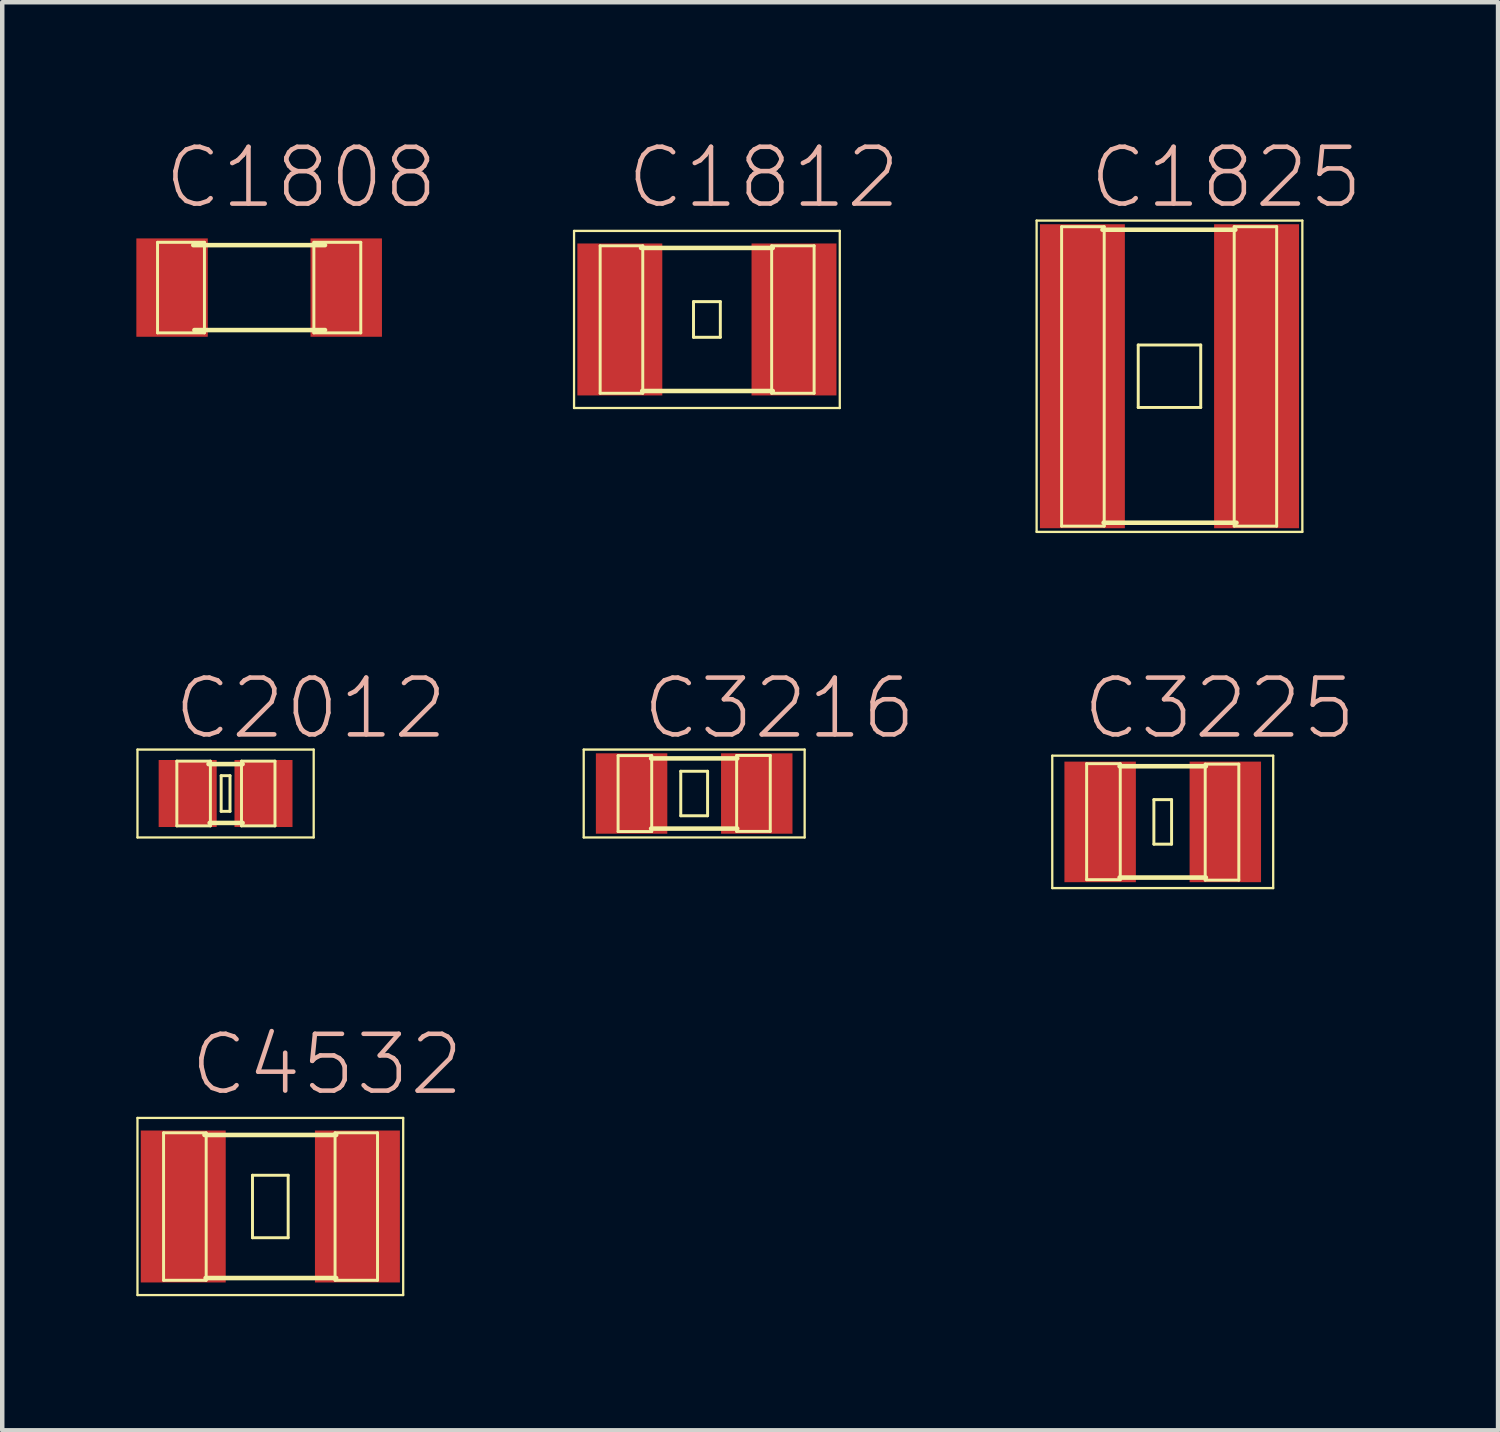
<source format=kicad_pcb>
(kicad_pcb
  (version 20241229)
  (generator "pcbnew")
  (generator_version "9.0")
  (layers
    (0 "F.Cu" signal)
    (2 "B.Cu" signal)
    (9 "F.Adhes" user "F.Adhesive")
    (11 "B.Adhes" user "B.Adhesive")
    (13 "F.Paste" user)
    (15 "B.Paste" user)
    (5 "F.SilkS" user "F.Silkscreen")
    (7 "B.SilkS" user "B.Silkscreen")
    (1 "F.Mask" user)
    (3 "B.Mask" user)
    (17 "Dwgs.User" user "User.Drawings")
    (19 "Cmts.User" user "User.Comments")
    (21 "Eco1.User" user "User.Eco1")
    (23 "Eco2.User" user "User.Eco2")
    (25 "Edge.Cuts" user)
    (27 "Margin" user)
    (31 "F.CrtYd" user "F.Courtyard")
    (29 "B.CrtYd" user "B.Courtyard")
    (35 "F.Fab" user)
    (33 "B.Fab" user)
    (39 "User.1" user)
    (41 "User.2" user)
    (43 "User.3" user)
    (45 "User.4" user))
  (footprint "C2012"
    (layer "F.Cu")
    (at 1.996 14.7)
    (property "Reference" "C2012" (at 1.905 -1.905 0) (layer "B.SilkS") (effects (font (size 1.27 1.27) (thickness 0.102))))
    (attr smd)
    (fp_line (start -1.971 -0.983) (end 1.971 -0.983) (stroke (width 0.051) (type solid)) (layer "F.SilkS"))
    (fp_line (start -1.971 0.983) (end -1.971 -0.983) (stroke (width 0.051) (type solid)) (layer "F.SilkS"))
    (fp_line (start -1.09 -0.724) (end -0.34 -0.724) (stroke (width 0.066) (type solid)) (layer "F.SilkS"))
    (fp_line (start -1.09 0.724) (end -1.09 -0.724) (stroke (width 0.066) (type solid)) (layer "F.SilkS"))
    (fp_line (start -1.09 0.724) (end -0.34 0.724) (stroke (width 0.066) (type solid)) (layer "F.SilkS"))
    (fp_line (start -0.381 -0.658) (end 0.381 -0.658) (stroke (width 0.102) (type solid)) (layer "F.SilkS"))
    (fp_line (start -0.356 0.658) (end 0.381 0.658) (stroke (width 0.102) (type solid)) (layer "F.SilkS"))
    (fp_line (start -0.34 0.724) (end -0.34 -0.724) (stroke (width 0.066) (type solid)) (layer "F.SilkS"))
    (fp_line (start -0.099 -0.399) (end 0.099 -0.399) (stroke (width 0.066) (type solid)) (layer "F.SilkS"))
    (fp_line (start -0.099 0.399) (end -0.099 -0.399) (stroke (width 0.066) (type solid)) (layer "F.SilkS"))
    (fp_line (start -0.099 0.399) (end 0.099 0.399) (stroke (width 0.066) (type solid)) (layer "F.SilkS"))
    (fp_line (start 0.099 0.399) (end 0.099 -0.399) (stroke (width 0.066) (type solid)) (layer "F.SilkS"))
    (fp_line (start 0.356 -0.724) (end 1.105 -0.724) (stroke (width 0.066) (type solid)) (layer "F.SilkS"))
    (fp_line (start 0.356 0.724) (end 0.356 -0.724) (stroke (width 0.066) (type solid)) (layer "F.SilkS"))
    (fp_line (start 0.356 0.724) (end 1.105 0.724) (stroke (width 0.066) (type solid)) (layer "F.SilkS"))
    (fp_line (start 1.105 0.724) (end 1.105 -0.724) (stroke (width 0.066) (type solid)) (layer "F.SilkS"))
    (fp_line (start 1.971 -0.983) (end 1.971 0.983) (stroke (width 0.051) (type solid)) (layer "F.SilkS"))
    (fp_line (start 1.971 0.983) (end -1.971 0.983) (stroke (width 0.051) (type solid)) (layer "F.SilkS"))
    (pad "1" smd rect (at -0.848 0) (size 1.298 1.499) (layers "F.Cu" "F.Mask" "F.Paste"))
    (pad "2" smd rect (at 0.848 0) (size 1.298 1.499) (layers "F.Cu" "F.Mask" "F.Paste")))
  (footprint "C3225"
    (layer "F.Cu")
    (at 22.959 15.335)
    (property "Reference" "C3225" (at 1.27 -2.54 0) (layer "B.SilkS") (effects (font (size 1.27 1.27) (thickness 0.102))))
    (attr smd)
    (fp_line (start -2.471 -1.481) (end 2.471 -1.481) (stroke (width 0.051) (type solid)) (layer "F.SilkS"))
    (fp_line (start -2.471 1.481) (end -2.471 -1.481) (stroke (width 0.051) (type solid)) (layer "F.SilkS"))
    (fp_line (start -1.702 -1.303) (end -0.95 -1.303) (stroke (width 0.066) (type solid)) (layer "F.SilkS"))
    (fp_line (start -1.702 1.293) (end -1.702 -1.303) (stroke (width 0.066) (type solid)) (layer "F.SilkS"))
    (fp_line (start -1.702 1.293) (end -0.95 1.293) (stroke (width 0.066) (type solid)) (layer "F.SilkS"))
    (fp_line (start -0.965 -1.245) (end 0.965 -1.245) (stroke (width 0.102) (type solid)) (layer "F.SilkS"))
    (fp_line (start -0.965 1.245) (end 0.965 1.245) (stroke (width 0.102) (type solid)) (layer "F.SilkS"))
    (fp_line (start -0.95 1.293) (end -0.95 -1.303) (stroke (width 0.066) (type solid)) (layer "F.SilkS"))
    (fp_line (start -0.198 -0.498) (end 0.198 -0.498) (stroke (width 0.066) (type solid)) (layer "F.SilkS"))
    (fp_line (start -0.198 0.498) (end -0.198 -0.498) (stroke (width 0.066) (type solid)) (layer "F.SilkS"))
    (fp_line (start -0.198 0.498) (end 0.198 0.498) (stroke (width 0.066) (type solid)) (layer "F.SilkS"))
    (fp_line (start 0.198 0.498) (end 0.198 -0.498) (stroke (width 0.066) (type solid)) (layer "F.SilkS"))
    (fp_line (start 0.95 -1.293) (end 1.702 -1.293) (stroke (width 0.066) (type solid)) (layer "F.SilkS"))
    (fp_line (start 0.95 1.303) (end 0.95 -1.293) (stroke (width 0.066) (type solid)) (layer "F.SilkS"))
    (fp_line (start 0.95 1.303) (end 1.702 1.303) (stroke (width 0.066) (type solid)) (layer "F.SilkS"))
    (fp_line (start 1.702 1.303) (end 1.702 -1.293) (stroke (width 0.066) (type solid)) (layer "F.SilkS"))
    (fp_line (start 2.471 -1.481) (end 2.471 1.481) (stroke (width 0.051) (type solid)) (layer "F.SilkS"))
    (fp_line (start 2.471 1.481) (end -2.471 1.481) (stroke (width 0.051) (type solid)) (layer "F.SilkS"))
    (pad "1" smd rect (at -1.4 0) (size 1.598 2.697) (layers "F.Cu" "F.Mask" "F.Paste"))
    (pad "2" smd rect (at 1.4 0) (size 1.598 2.697) (layers "F.Cu" "F.Mask" "F.Paste")))
  (footprint "C3216"
    (layer "F.Cu")
    (at 12.478 14.7)
    (property "Reference" "C3216" (at 1.905 -1.905 0) (layer "B.SilkS") (effects (font (size 1.27 1.27) (thickness 0.102))))
    (attr smd)
    (fp_line (start -2.471 -0.983) (end 2.471 -0.983) (stroke (width 0.051) (type solid)) (layer "F.SilkS"))
    (fp_line (start -2.471 0.983) (end -2.471 -0.983) (stroke (width 0.051) (type solid)) (layer "F.SilkS"))
    (fp_line (start -1.702 -0.848) (end -0.95 -0.848) (stroke (width 0.066) (type solid)) (layer "F.SilkS"))
    (fp_line (start -1.702 0.851) (end -1.702 -0.848) (stroke (width 0.066) (type solid)) (layer "F.SilkS"))
    (fp_line (start -1.702 0.851) (end -0.95 0.851) (stroke (width 0.066) (type solid)) (layer "F.SilkS"))
    (fp_line (start -0.963 -0.785) (end 0.963 -0.785) (stroke (width 0.102) (type solid)) (layer "F.SilkS"))
    (fp_line (start -0.963 0.785) (end 0.963 0.785) (stroke (width 0.102) (type solid)) (layer "F.SilkS"))
    (fp_line (start -0.95 0.851) (end -0.95 -0.848) (stroke (width 0.066) (type solid)) (layer "F.SilkS"))
    (fp_line (start -0.3 -0.498) (end 0.3 -0.498) (stroke (width 0.066) (type solid)) (layer "F.SilkS"))
    (fp_line (start -0.3 0.498) (end -0.3 -0.498) (stroke (width 0.066) (type solid)) (layer "F.SilkS"))
    (fp_line (start -0.3 0.498) (end 0.3 0.498) (stroke (width 0.066) (type solid)) (layer "F.SilkS"))
    (fp_line (start 0.3 0.498) (end 0.3 -0.498) (stroke (width 0.066) (type solid)) (layer "F.SilkS"))
    (fp_line (start 0.95 -0.851) (end 1.702 -0.851) (stroke (width 0.066) (type solid)) (layer "F.SilkS"))
    (fp_line (start 0.95 0.848) (end 0.95 -0.851) (stroke (width 0.066) (type solid)) (layer "F.SilkS"))
    (fp_line (start 0.95 0.848) (end 1.702 0.848) (stroke (width 0.066) (type solid)) (layer "F.SilkS"))
    (fp_line (start 1.702 0.848) (end 1.702 -0.851) (stroke (width 0.066) (type solid)) (layer "F.SilkS"))
    (fp_line (start 2.471 -0.983) (end 2.471 0.983) (stroke (width 0.051) (type solid)) (layer "F.SilkS"))
    (fp_line (start 2.471 0.983) (end -2.471 0.983) (stroke (width 0.051) (type solid)) (layer "F.SilkS"))
    (pad "1" smd rect (at -1.4 0) (size 1.598 1.798) (layers "F.Cu" "F.Mask" "F.Paste"))
    (pad "2" smd rect (at 1.4 0) (size 1.598 1.798) (layers "F.Cu" "F.Mask" "F.Paste")))
  (footprint "C1812"
    (layer "F.Cu")
    (at 12.763 4.096)
    (property "Reference" "C1812" (at 1.27 -3.175 0) (layer "B.SilkS") (effects (font (size 1.27 1.27) (thickness 0.102))))
    (attr smd)
    (fp_line (start -2.972 -1.981) (end 2.972 -1.981) (stroke (width 0.051) (type solid)) (layer "F.SilkS"))
    (fp_line (start -2.972 1.981) (end -2.972 -1.981) (stroke (width 0.051) (type solid)) (layer "F.SilkS"))
    (fp_line (start -2.388 -1.648) (end -1.435 -1.648) (stroke (width 0.066) (type solid)) (layer "F.SilkS"))
    (fp_line (start -2.388 1.651) (end -2.388 -1.648) (stroke (width 0.066) (type solid)) (layer "F.SilkS"))
    (fp_line (start -2.388 1.651) (end -1.435 1.651) (stroke (width 0.066) (type solid)) (layer "F.SilkS"))
    (fp_line (start -1.473 -1.6) (end 1.473 -1.6) (stroke (width 0.102) (type solid)) (layer "F.SilkS"))
    (fp_line (start -1.448 1.6) (end 1.473 1.6) (stroke (width 0.102) (type solid)) (layer "F.SilkS"))
    (fp_line (start -1.435 1.651) (end -1.435 -1.648) (stroke (width 0.066) (type solid)) (layer "F.SilkS"))
    (fp_line (start -0.3 -0.399) (end 0.3 -0.399) (stroke (width 0.066) (type solid)) (layer "F.SilkS"))
    (fp_line (start -0.3 0.399) (end -0.3 -0.399) (stroke (width 0.066) (type solid)) (layer "F.SilkS"))
    (fp_line (start -0.3 0.399) (end 0.3 0.399) (stroke (width 0.066) (type solid)) (layer "F.SilkS"))
    (fp_line (start 0.3 0.399) (end 0.3 -0.399) (stroke (width 0.066) (type solid)) (layer "F.SilkS"))
    (fp_line (start 1.448 -1.648) (end 2.398 -1.648) (stroke (width 0.066) (type solid)) (layer "F.SilkS"))
    (fp_line (start 1.448 1.651) (end 1.448 -1.648) (stroke (width 0.066) (type solid)) (layer "F.SilkS"))
    (fp_line (start 1.448 1.651) (end 2.398 1.651) (stroke (width 0.066) (type solid)) (layer "F.SilkS"))
    (fp_line (start 2.398 1.651) (end 2.398 -1.648) (stroke (width 0.066) (type solid)) (layer "F.SilkS"))
    (fp_line (start 2.972 -1.981) (end 2.972 1.981) (stroke (width 0.051) (type solid)) (layer "F.SilkS"))
    (fp_line (start 2.972 1.981) (end -2.972 1.981) (stroke (width 0.051) (type solid)) (layer "F.SilkS"))
    (pad "1" smd rect (at -1.948 0) (size 1.9 3.399) (layers "F.Cu" "F.Mask" "F.Paste"))
    (pad "2" smd rect (at 1.948 0) (size 1.9 3.399) (layers "F.Cu" "F.Mask" "F.Paste")))
  (footprint "C1808"
    (layer "F.Cu")
    (at 2.747 3.383)
    (property "Reference" "C1808" (at 0.94 -2.461 0) (layer "B.SilkS") (effects (font (size 1.27 1.27) (thickness 0.102))))
    (attr smd)
    (fp_line (start -2.273 -1.013) (end -1.224 -1.013) (stroke (width 0.066) (type solid)) (layer "F.SilkS"))
    (fp_line (start -2.273 1.013) (end -2.273 -1.013) (stroke (width 0.066) (type solid)) (layer "F.SilkS"))
    (fp_line (start -2.273 1.013) (end -1.224 1.013) (stroke (width 0.066) (type solid)) (layer "F.SilkS"))
    (fp_line (start -1.473 -0.95) (end 1.473 -0.95) (stroke (width 0.102) (type solid)) (layer "F.SilkS"))
    (fp_line (start -1.448 0.95) (end 1.473 0.95) (stroke (width 0.102) (type solid)) (layer "F.SilkS"))
    (fp_line (start -1.224 1.013) (end -1.224 -1.013) (stroke (width 0.066) (type solid)) (layer "F.SilkS"))
    (fp_line (start 1.224 -1.013) (end 2.273 -1.013) (stroke (width 0.066) (type solid)) (layer "F.SilkS"))
    (fp_line (start 1.224 1.013) (end 1.224 -1.013) (stroke (width 0.066) (type solid)) (layer "F.SilkS"))
    (fp_line (start 1.224 1.013) (end 2.273 1.013) (stroke (width 0.066) (type solid)) (layer "F.SilkS"))
    (fp_line (start 2.273 1.013) (end 2.273 -1.013) (stroke (width 0.066) (type solid)) (layer "F.SilkS"))
    (pad "1" smd rect (at -1.948 0) (size 1.598 2.2) (layers "F.Cu" "F.Mask" "F.Paste"))
    (pad "2" smd rect (at 1.948 0) (size 1.598 2.2) (layers "F.Cu" "F.Mask" "F.Paste")))
  (footprint "C4532"
    (layer "F.Cu")
    (at 2.997 23.938)
    (property "Reference" "C4532" (at 1.27 -3.175 0) (layer "B.SilkS") (effects (font (size 1.27 1.27) (thickness 0.102))))
    (attr smd)
    (fp_line (start -2.972 -1.981) (end 2.972 -1.981) (stroke (width 0.051) (type solid)) (layer "F.SilkS"))
    (fp_line (start -2.972 1.981) (end -2.972 -1.981) (stroke (width 0.051) (type solid)) (layer "F.SilkS"))
    (fp_line (start -2.388 -1.648) (end -1.435 -1.648) (stroke (width 0.066) (type solid)) (layer "F.SilkS"))
    (fp_line (start -2.388 1.651) (end -2.388 -1.648) (stroke (width 0.066) (type solid)) (layer "F.SilkS"))
    (fp_line (start -2.388 1.651) (end -1.435 1.651) (stroke (width 0.066) (type solid)) (layer "F.SilkS"))
    (fp_line (start -1.473 -1.6) (end 1.473 -1.6) (stroke (width 0.102) (type solid)) (layer "F.SilkS"))
    (fp_line (start -1.448 1.6) (end 1.473 1.6) (stroke (width 0.102) (type solid)) (layer "F.SilkS"))
    (fp_line (start -1.435 1.651) (end -1.435 -1.648) (stroke (width 0.066) (type solid)) (layer "F.SilkS"))
    (fp_line (start -0.399 -0.699) (end 0.399 -0.699) (stroke (width 0.066) (type solid)) (layer "F.SilkS"))
    (fp_line (start -0.399 0.699) (end -0.399 -0.699) (stroke (width 0.066) (type solid)) (layer "F.SilkS"))
    (fp_line (start -0.399 0.699) (end 0.399 0.699) (stroke (width 0.066) (type solid)) (layer "F.SilkS"))
    (fp_line (start 0.399 0.699) (end 0.399 -0.699) (stroke (width 0.066) (type solid)) (layer "F.SilkS"))
    (fp_line (start 1.448 -1.648) (end 2.398 -1.648) (stroke (width 0.066) (type solid)) (layer "F.SilkS"))
    (fp_line (start 1.448 1.651) (end 1.448 -1.648) (stroke (width 0.066) (type solid)) (layer "F.SilkS"))
    (fp_line (start 1.448 1.651) (end 2.398 1.651) (stroke (width 0.066) (type solid)) (layer "F.SilkS"))
    (fp_line (start 2.398 1.651) (end 2.398 -1.648) (stroke (width 0.066) (type solid)) (layer "F.SilkS"))
    (fp_line (start 2.972 -1.981) (end 2.972 1.981) (stroke (width 0.051) (type solid)) (layer "F.SilkS"))
    (fp_line (start 2.972 1.981) (end -2.972 1.981) (stroke (width 0.051) (type solid)) (layer "F.SilkS"))
    (pad "1" smd rect (at -1.948 0) (size 1.9 3.399) (layers "F.Cu" "F.Mask" "F.Paste"))
    (pad "2" smd rect (at 1.948 0) (size 1.9 3.399) (layers "F.Cu" "F.Mask" "F.Paste")))
  (footprint "C1825"
    (layer "F.Cu")
    (at 23.11 5.366)
    (property "Reference" "C1825" (at 1.27 -4.445 0) (layer "B.SilkS") (effects (font (size 1.27 1.27) (thickness 0.102))))
    (attr smd)
    (fp_line (start -2.972 -3.482) (end 2.972 -3.482) (stroke (width 0.051) (type solid)) (layer "F.SilkS"))
    (fp_line (start -2.972 3.482) (end -2.972 -3.482) (stroke (width 0.051) (type solid)) (layer "F.SilkS"))
    (fp_line (start -2.413 -3.345) (end -1.46 -3.345) (stroke (width 0.066) (type solid)) (layer "F.SilkS"))
    (fp_line (start -2.413 3.353) (end -2.413 -3.345) (stroke (width 0.066) (type solid)) (layer "F.SilkS"))
    (fp_line (start -2.413 3.353) (end -1.46 3.353) (stroke (width 0.066) (type solid)) (layer "F.SilkS"))
    (fp_line (start -1.499 -3.277) (end 1.473 -3.277) (stroke (width 0.102) (type solid)) (layer "F.SilkS"))
    (fp_line (start -1.473 3.277) (end 1.499 3.277) (stroke (width 0.102) (type solid)) (layer "F.SilkS"))
    (fp_line (start -1.46 3.353) (end -1.46 -3.345) (stroke (width 0.066) (type solid)) (layer "F.SilkS"))
    (fp_line (start -0.699 -0.699) (end 0.699 -0.699) (stroke (width 0.066) (type solid)) (layer "F.SilkS"))
    (fp_line (start -0.699 0.699) (end -0.699 -0.699) (stroke (width 0.066) (type solid)) (layer "F.SilkS"))
    (fp_line (start -0.699 0.699) (end 0.699 0.699) (stroke (width 0.066) (type solid)) (layer "F.SilkS"))
    (fp_line (start 0.699 0.699) (end 0.699 -0.699) (stroke (width 0.066) (type solid)) (layer "F.SilkS"))
    (fp_line (start 1.448 -3.345) (end 2.398 -3.345) (stroke (width 0.066) (type solid)) (layer "F.SilkS"))
    (fp_line (start 1.448 3.353) (end 1.448 -3.345) (stroke (width 0.066) (type solid)) (layer "F.SilkS"))
    (fp_line (start 1.448 3.353) (end 2.398 3.353) (stroke (width 0.066) (type solid)) (layer "F.SilkS"))
    (fp_line (start 2.398 3.353) (end 2.398 -3.345) (stroke (width 0.066) (type solid)) (layer "F.SilkS"))
    (fp_line (start 2.972 -3.482) (end 2.972 3.482) (stroke (width 0.051) (type solid)) (layer "F.SilkS"))
    (fp_line (start 2.972 3.482) (end -2.972 3.482) (stroke (width 0.051) (type solid)) (layer "F.SilkS"))
    (pad "1" smd rect (at -1.948 0) (size 1.9 6.8) (layers "F.Cu" "F.Mask" "F.Paste"))
    (pad "2" smd rect (at 1.948 0) (size 1.9 6.8) (layers "F.Cu" "F.Mask" "F.Paste")))
  (gr_rect
    (start -3 -3)
    (end 30.46 28.944)
    (stroke (width 0.1) (type default))
    (fill no)
    (layer "Edge.Cuts")))
</source>
